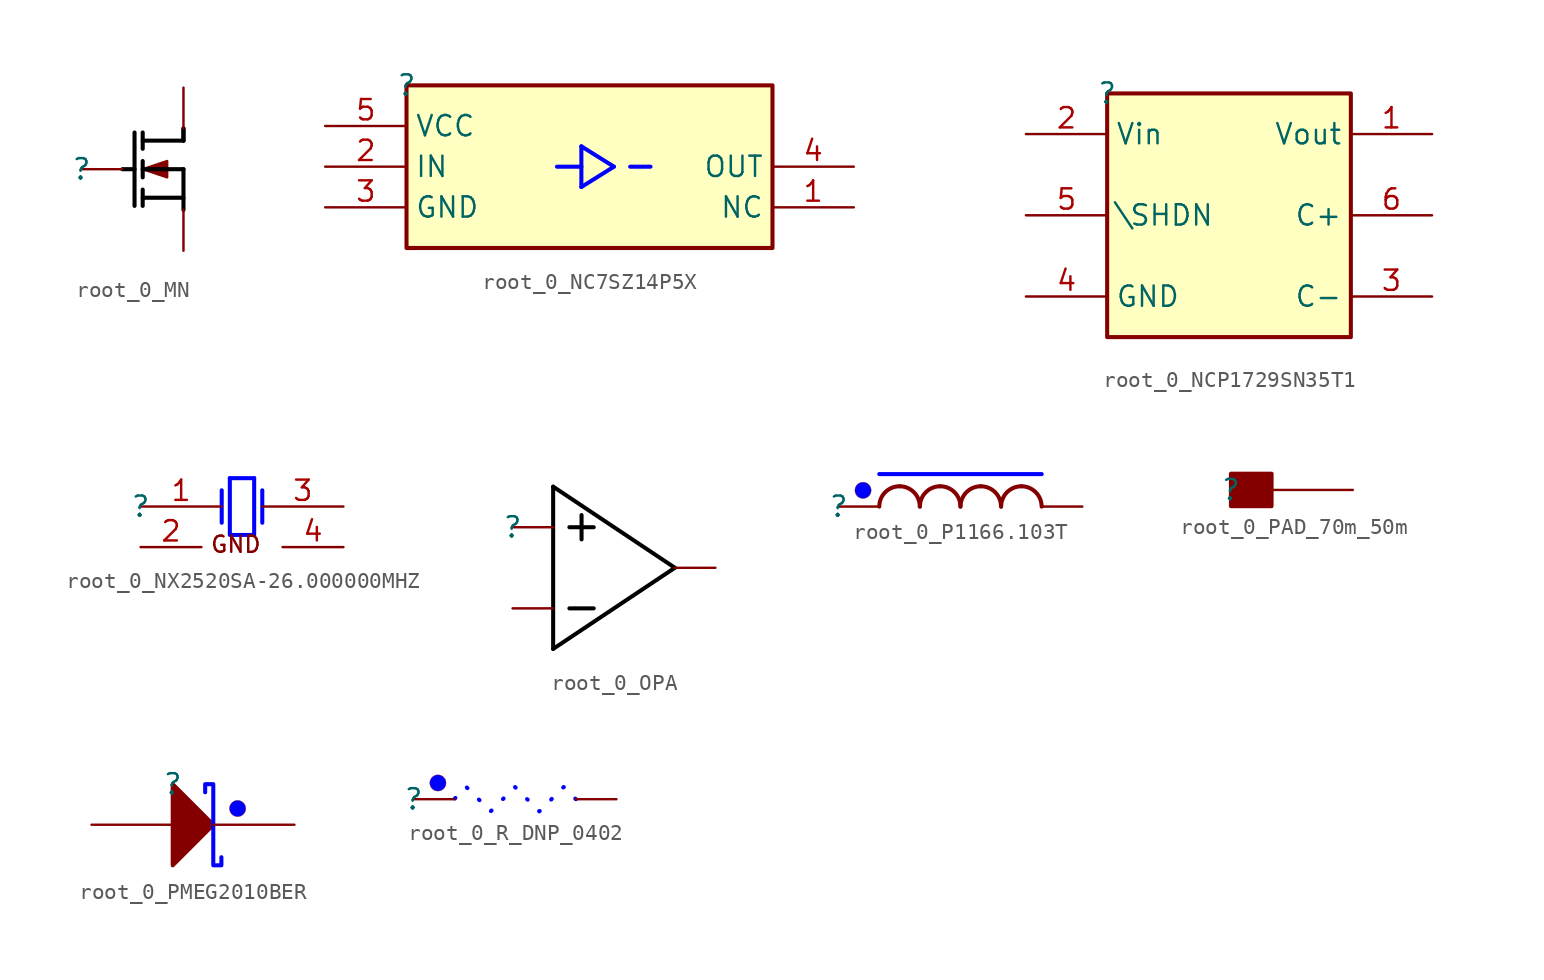
<source format=kicad_sym>
(kicad_symbol_lib
  (version 20231120)
  (generator "kicad_symbol_editor")
  (generator_version "8.0")
  (symbol "root_0_MN"
    (property "Reference" ""
      (at 0 0 0)
      (effects (font (size 1.27 1.27))))
    (property "Value" ""
      (at 0 0 0)
      (effects (font (size 1.27 1.27))))
    (symbol "root_0_MN_1_0"
      (polyline (pts (xy 2.54 0) (xy 3.302 0)) (stroke (width 0.254) (type solid) (color 0 0 0 1)) (fill (type none)))
      (polyline (pts (xy 3.302 2.286) (xy 3.302 -2.286)) (stroke (width 0.254) (type solid) (color 0 0 0 1)) (fill (type none)))
      (polyline (pts (xy 3.81 -2.286) (xy 3.81 -1.27)) (stroke (width 0.254) (type solid) (color 0 0 0 1)) (fill (type none)))
      (polyline (pts (xy 3.81 -0.508) (xy 3.81 0.508)) (stroke (width 0.254) (type solid) (color 0 0 0 1)) (fill (type none)))
      (polyline (pts (xy 3.81 2.286) (xy 3.81 1.27)) (stroke (width 0.254) (type solid) (color 0 0 0 1)) (fill (type none)))
      (polyline (pts (xy 6.35 -1.778) (xy 3.81 -1.778)) (stroke (width 0.254) (type solid) (color 0 0 0 1)) (fill (type none)))
      (polyline (pts (xy 6.35 0) (xy 3.81 0)) (stroke (width 0.254) (type solid) (color 0 0 0 1)) (fill (type none)))
      (polyline (pts (xy 6.35 0) (xy 6.35 -2.54)) (stroke (width 0.254) (type solid) (color 0 0 0 1)) (fill (type none)))
      (polyline (pts (xy 6.35 1.778) (xy 3.81 1.778)) (stroke (width 0.254) (type solid) (color 0 0 0 1)) (fill (type none)))
      (polyline (pts (xy 6.35 1.778) (xy 6.35 2.54)) (stroke (width 0.254) (type solid) (color 0 0 0 1)) (fill (type none)))
      (polyline (pts (xy 6.35 1.778) (xy 6.35 2.54)) (stroke (width 0.254) (type solid) (color 0 0 0 1)) (fill (type none)))
      (polyline (pts (xy 3.81 0) (xy 5.334 -0.508) (xy 5.334 0.508) (xy 3.81 0)) (stroke (width 0) (type solid)) (fill (type outline)))
      (pin passive line (at 0 0 0) (length 2.54) (name "G" (effects (font (size 0 0)))) (number "1" (effects (font (size 0 0)))))
      (pin passive line (at 6.35 -5.08 90) (length 2.54) (name "S" (effects (font (size 0 0)))) (number "2" (effects (font (size 0 0)))))
      (pin passive line (at 6.35 5.08 270) (length 2.54) (name "D" (effects (font (size 0 0)))) (number "3" (effects (font (size 0 0)))))))
  (symbol "root_0_NC7SZ14P5X"
    (property "Reference" ""
      (at 0 0 0)
      (effects (font (size 1.27 1.27))))
    (property "Value" ""
      (at 0 0 0)
      (effects (font (size 1.27 1.27))))
    (symbol "root_0_NC7SZ14P5X_1_0"
      (polyline (pts (xy 10.922 -6.35) (xy 10.922 -3.81)) (stroke (width 0.254) (type solid) (color 0 0 255 1)) (fill (type none)))
      (polyline (pts (xy 10.922 -6.35) (xy 12.954 -5.08)) (stroke (width 0.254) (type solid) (color 0 0 255 1)) (fill (type none)))
      (polyline (pts (xy 10.922 -5.08) (xy 9.398 -5.08)) (stroke (width 0.254) (type solid) (color 0 0 255 1)) (fill (type none)))
      (polyline (pts (xy 10.922 -3.81) (xy 12.954 -5.08)) (stroke (width 0.254) (type solid) (color 0 0 255 1)) (fill (type none)))
      (polyline (pts (xy 13.97 -5.08) (xy 15.24 -5.08)) (stroke (width 0.254) (type solid) (color 0 0 255 1)) (fill (type none)))
      (rectangle (start 22.86 0) (end 0 -10.16) (stroke (width 0.254) (type solid)) (fill (type background)))
      (pin passive line (at 27.94 -7.62 180) (length 5.08) (name "NC" (effects (font (size 1.27 1.27)))) (number "1" (effects (font (size 1.27 1.27)))))
      (pin passive line (at -5.08 -5.08 0) (length 5.08) (name "IN" (effects (font (size 1.27 1.27)))) (number "2" (effects (font (size 1.27 1.27)))))
      (pin passive line (at -5.08 -7.62 0) (length 5.08) (name "GND" (effects (font (size 1.27 1.27)))) (number "3" (effects (font (size 1.27 1.27)))))
      (pin passive line (at 27.94 -5.08 180) (length 5.08) (name "OUT" (effects (font (size 1.27 1.27)))) (number "4" (effects (font (size 1.27 1.27)))))
      (pin passive line (at -5.08 -2.54 0) (length 5.08) (name "VCC" (effects (font (size 1.27 1.27)))) (number "5" (effects (font (size 1.27 1.27)))))))
  (symbol "root_0_NCP1729SN35T1"
    (property "Reference" ""
      (at 0 0 0)
      (effects (font (size 1.27 1.27))))
    (property "Value" ""
      (at 0 0 0)
      (effects (font (size 1.27 1.27))))
    (symbol "root_0_NCP1729SN35T1_1_0"
      (rectangle (start 15.24 0) (end 0 -15.24) (stroke (width 0.254) (type solid)) (fill (type background)))
      (pin passive line (at 20.32 -2.54 180) (length 5.08) (name "Vout" (effects (font (size 1.27 1.27)))) (number "1" (effects (font (size 1.27 1.27)))))
      (pin passive line (at -5.08 -2.54 0) (length 5.08) (name "Vin" (effects (font (size 1.27 1.27)))) (number "2" (effects (font (size 1.27 1.27)))))
      (pin passive line (at 20.32 -12.7 180) (length 5.08) (name "C-" (effects (font (size 1.27 1.27)))) (number "3" (effects (font (size 1.27 1.27)))))
      (pin passive line (at -5.08 -12.7 0) (length 5.08) (name "GND" (effects (font (size 1.27 1.27)))) (number "4" (effects (font (size 1.27 1.27)))))
      (pin passive line (at -5.08 -7.62 0) (length 5.08) (name "\\SHDN" (effects (font (size 1.27 1.27)))) (number "5" (effects (font (size 1.27 1.27)))))
      (pin passive line (at 20.32 -7.62 180) (length 5.08) (name "C+" (effects (font (size 1.27 1.27)))) (number "6" (effects (font (size 1.27 1.27)))))))
  (symbol "root_0_NX2520SA-26.000000MHZ"
    (property "Reference" ""
      (at 0 0 0)
      (effects (font (size 1.27 1.27))))
    (property "Value" ""
      (at 0 0 0)
      (effects (font (size 1.27 1.27))))
    (symbol "root_0_NX2520SA-26.000000MHZ_1_0"
      (polyline (pts (xy 5.08 1.016) (xy 5.08 -1.016)) (stroke (width 0.254) (type solid) (color 0 0 255 1)) (fill (type none)))
      (polyline (pts (xy 5.588 1.778) (xy 7.112 1.778)) (stroke (width 0.254) (type solid) (color 0 0 255 1)) (fill (type none)))
      (polyline (pts (xy 7.62 1.016) (xy 7.62 -1.016)) (stroke (width 0.254) (type solid) (color 0 0 255 1)) (fill (type none)))
      (polyline (pts (xy 7.112 1.778) (xy 7.112 -1.778) (xy 5.588 -1.778) (xy 5.588 1.778)) (stroke (width 0.254) (type solid) (color 0 0 255 1)) (fill (type none)))
      (text "GND" (at 4.318 -1.778 0) (effects (font (size 1.016 1.016)) (justify left top)))
      (pin passive line (at 0 0 0) (length 5.08) (name "OSC1" (effects (font (size 0 0)))) (number "1" (effects (font (size 1.27 1.27)))))
      (pin power_in line (at 0 -2.54 0) (length 3.81) (name "GND" (effects (font (size 0 0)))) (number "2" (effects (font (size 1.27 1.27)))))
      (pin passive line (at 12.7 0 180) (length 5.08) (name "OSC2" (effects (font (size 0 0)))) (number "3" (effects (font (size 1.27 1.27)))))
      (pin power_in line (at 12.7 -2.54 180) (length 3.81) (name "GND" (effects (font (size 0 0)))) (number "4" (effects (font (size 1.27 1.27)))))))
  (symbol "root_0_OPA"
    (property "Reference" ""
      (at 0 0 0)
      (effects (font (size 1.27 1.27))))
    (property "Value" ""
      (at 0 0 0)
      (effects (font (size 1.27 1.27))))
    (symbol "root_0_OPA_1_0"
      (polyline (pts (xy 2.54 -7.62) (xy 10.16 -2.54)) (stroke (width 0.254) (type solid) (color 0 0 0 1)) (fill (type none)))
      (polyline (pts (xy 2.54 2.54) (xy 2.54 -7.62)) (stroke (width 0.254) (type solid) (color 0 0 0 1)) (fill (type none)))
      (polyline (pts (xy 2.54 2.54) (xy 10.16 -2.54)) (stroke (width 0.254) (type solid) (color 0 0 0 1)) (fill (type none)))
      (polyline (pts (xy 3.556 -5.08) (xy 5.08 -5.08)) (stroke (width 0.254) (type solid) (color 0 0 0 1)) (fill (type none)))
      (polyline (pts (xy 3.556 0) (xy 5.08 0)) (stroke (width 0.254) (type solid) (color 0 0 0 1)) (fill (type none)))
      (polyline (pts (xy 4.318 0.762) (xy 4.318 -0.762)) (stroke (width 0.254) (type solid) (color 0 0 0 1)) (fill (type none)))
      (pin passive line (at 0 0 0) (length 2.54) (name "+IN" (effects (font (size 0 0)))) (number "1" (effects (font (size 0 0)))))
      (pin passive line (at 0 -5.08 0) (length 2.54) (name "-IN" (effects (font (size 0 0)))) (number "2" (effects (font (size 0 0)))))
      (pin passive line (at 12.7 -2.54 180) (length 2.54) (name "OUT" (effects (font (size 0 0)))) (number "3" (effects (font (size 0 0)))))))
  (symbol "root_0_P1166.103T"
    (property "Reference" ""
      (at 0 0 0)
      (effects (font (size 1.27 1.27))))
    (property "Value" ""
      (at 0 0 0)
      (effects (font (size 1.27 1.27))))
    (symbol "root_0_P1166.103T_1_0"
      (polyline (pts (xy 2.54 2.032) (xy 12.7 2.032)) (stroke (width 0.254) (type solid) (color 0 0 255 1)) (fill (type none)))
      (circle (center 1.524 1.016) (radius 0.508) (stroke (width 0.0001) (type solid)) (fill (type color) (color 0 0 255 1)))
      (arc (start 3.81 1.27) (mid 2.912 0.898) (end 2.54 0) (stroke (width 0.254) (type solid)) (fill (type none)))
      (arc (start 5.08 0) (mid 4.708 0.898) (end 3.81 1.27) (stroke (width 0.254) (type solid)) (fill (type none)))
      (arc (start 6.35 1.27) (mid 5.452 0.898) (end 5.08 0) (stroke (width 0.254) (type solid)) (fill (type none)))
      (arc (start 7.62 0) (mid 7.248 0.898) (end 6.35 1.27) (stroke (width 0.254) (type solid)) (fill (type none)))
      (arc (start 8.89 1.27) (mid 7.992 0.898) (end 7.62 0) (stroke (width 0.254) (type solid)) (fill (type none)))
      (arc (start 10.16 0) (mid 9.788 0.898) (end 8.89 1.27) (stroke (width 0.254) (type solid)) (fill (type none)))
      (arc (start 11.43 1.27) (mid 10.532 0.898) (end 10.16 0) (stroke (width 0.254) (type solid)) (fill (type none)))
      (arc (start 12.7 0) (mid 12.328 0.898) (end 11.43 1.27) (stroke (width 0.254) (type solid)) (fill (type none)))
      (pin passive line (at 0 0 0) (length 2.54) (name "1" (effects (font (size 0 0)))) (number "1" (effects (font (size 0 0)))))
      (pin passive line (at 15.24 0 180) (length 2.54) (name "2" (effects (font (size 0 0)))) (number "2" (effects (font (size 0 0)))))))
  (symbol "root_0_PAD_70m_50m"
    (property "Reference" ""
      (at 0 0 0)
      (effects (font (size 1.27 1.27))))
    (property "Value" ""
      (at 0 0 0)
      (effects (font (size 1.27 1.27))))
    (symbol "root_0_PAD_70m_50m_1_0"
      (rectangle (start 2.54 1.016) (end 0 -1.016) (stroke (width 0.254) (type solid)) (fill (type outline)))
      (pin passive line (at 7.62 0 180) (length 5.08) (name "1" (effects (font (size 0 0)))) (number "1" (effects (font (size 0 0)))))))
  (symbol "root_0_PMEG2010BER"
    (property "Reference" ""
      (at 0 0 0)
      (effects (font (size 1.27 1.27))))
    (property "Value" ""
      (at 0 0 0)
      (effects (font (size 1.27 1.27))))
    (symbol "root_0_PMEG2010BER_1_0"
      (polyline (pts (xy 0 -5.08) (xy 2.54 -2.54) (xy 0 0) (xy 0 -5.08)) (stroke (width 0.254) (type solid)) (fill (type outline)))
      (polyline (pts (xy 3.048 -4.572) (xy 3.048 -5.08) (xy 2.54 -5.08) (xy 2.54 0) (xy 2.032 0) (xy 2.032 -0.508)) (stroke (width 0.254) (type solid) (color 0 0 255 1)) (fill (type none)))
      (circle (center 4.064 -1.524) (radius 0.508) (stroke (width 0.0001) (type solid)) (fill (type color) (color 0 0 255 1)))
      (pin passive line (at 7.62 -2.54 180) (length 5.08) (name "C" (effects (font (size 0 0)))) (number "1" (effects (font (size 0 0)))))
      (pin passive line (at -5.08 -2.54 0) (length 5.08) (name "A" (effects (font (size 0 0)))) (number "2" (effects (font (size 0 0)))))))
  (symbol "root_0_R_DNP_0402"
    (property "Reference" ""
      (at 0 0 0)
      (effects (font (size 1.27 1.27))))
    (property "Value" ""
      (at 0 0 0)
      (effects (font (size 1.27 1.27))))
    (symbol "root_0_R_DNP_0402_1_0"
      (polyline (pts (xy 10.16 0) (xy 9.398 0.762) (xy 7.874 -0.762) (xy 6.35 0.762) (xy 4.826 -0.762) (xy 3.302 0.762) (xy 2.54 0)) (stroke (width 0.254) (type dot) (color 0 0 255 1)) (fill (type none)))
      (circle (center 1.524 1.016) (radius 0.508) (stroke (width 0.0001) (type solid)) (fill (type color) (color 0 0 255 1)))
      (pin passive line (at 0 0 0) (length 2.54) (name "1" (effects (font (size 0 0)))) (number "1" (effects (font (size 0 0)))))
      (pin passive line (at 12.7 0 180) (length 2.54) (name "2" (effects (font (size 0 0)))) (number "2" (effects (font (size 0 0))))))))
</source>
